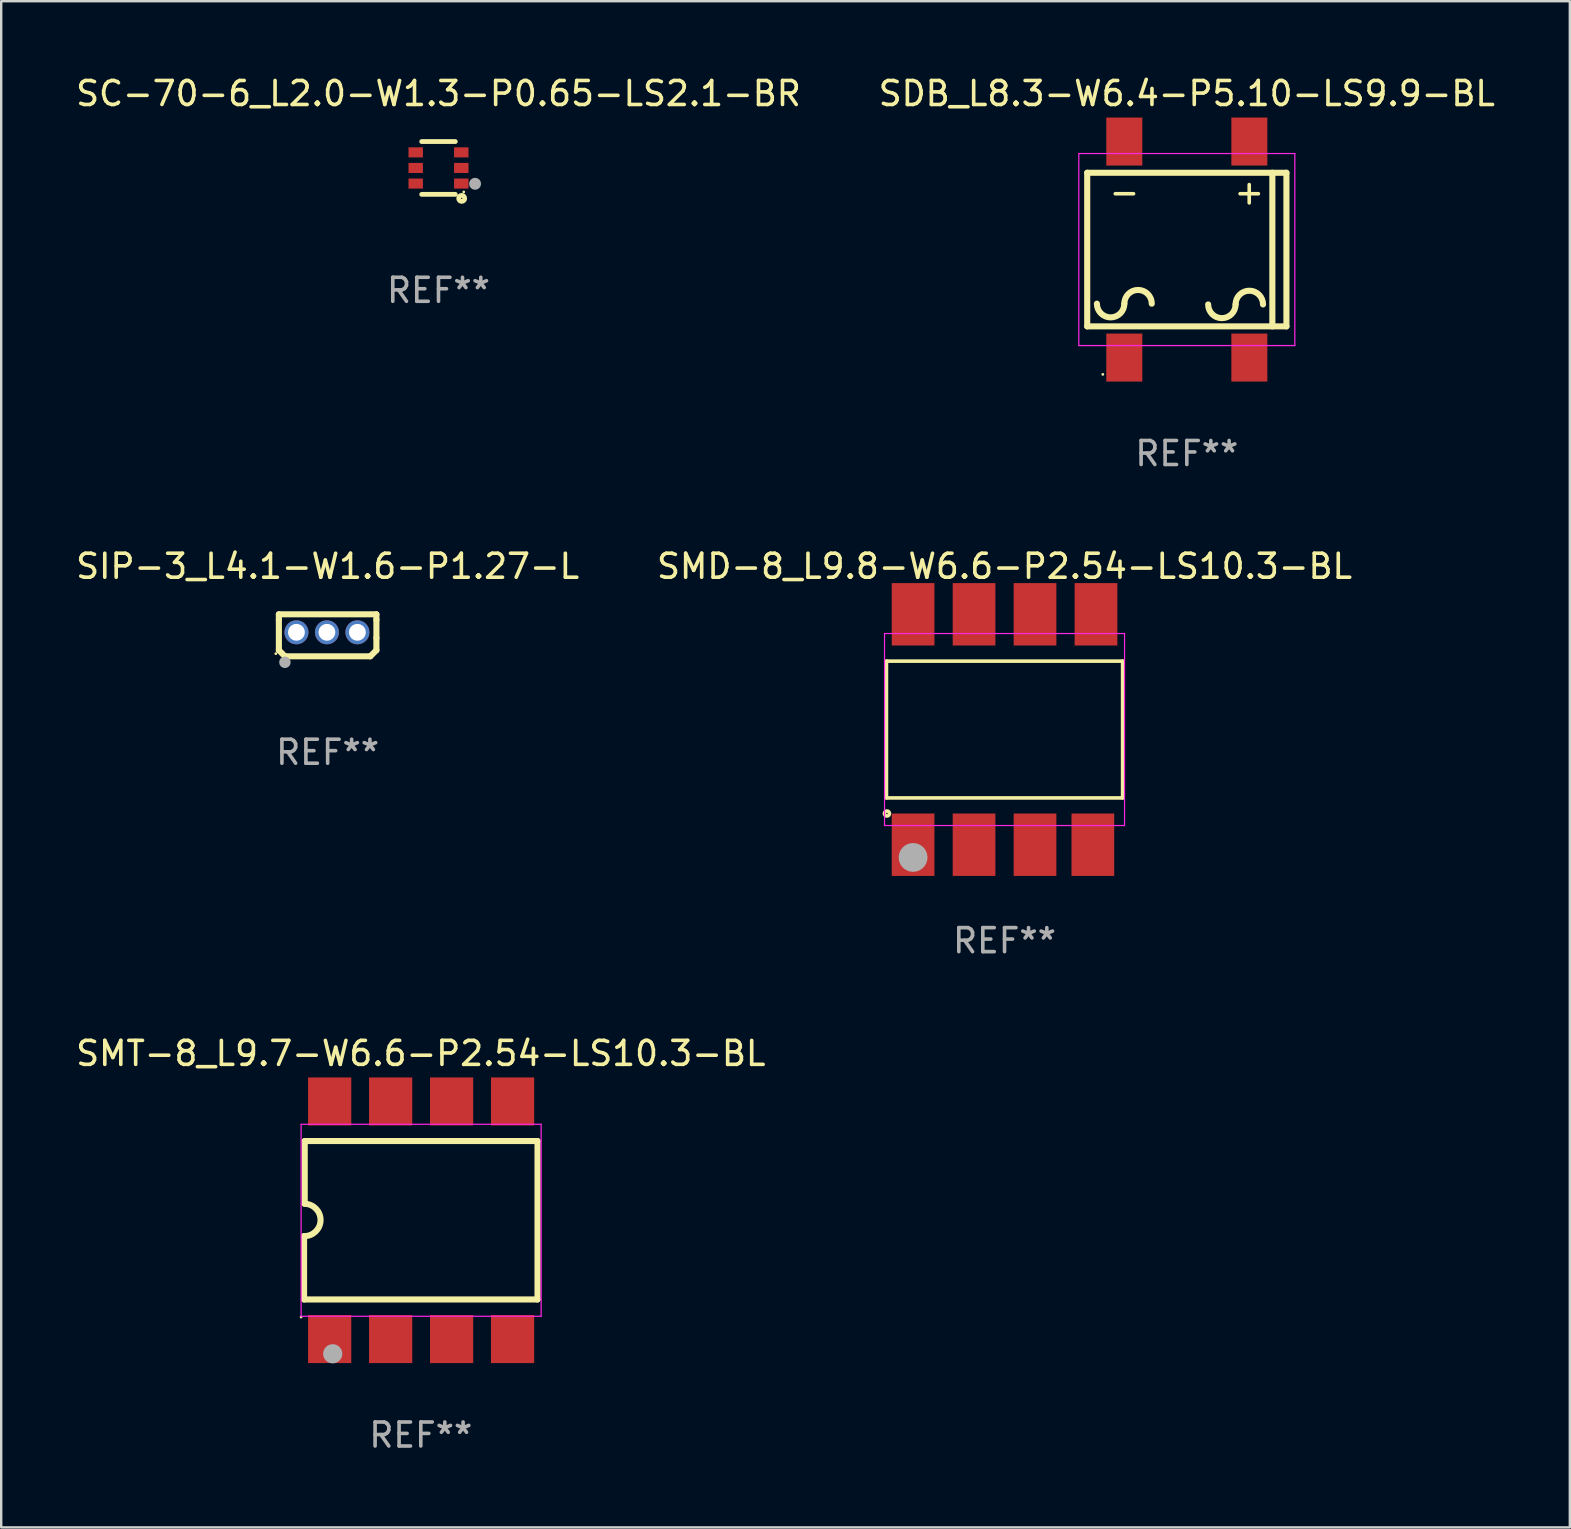
<source format=kicad_pcb>
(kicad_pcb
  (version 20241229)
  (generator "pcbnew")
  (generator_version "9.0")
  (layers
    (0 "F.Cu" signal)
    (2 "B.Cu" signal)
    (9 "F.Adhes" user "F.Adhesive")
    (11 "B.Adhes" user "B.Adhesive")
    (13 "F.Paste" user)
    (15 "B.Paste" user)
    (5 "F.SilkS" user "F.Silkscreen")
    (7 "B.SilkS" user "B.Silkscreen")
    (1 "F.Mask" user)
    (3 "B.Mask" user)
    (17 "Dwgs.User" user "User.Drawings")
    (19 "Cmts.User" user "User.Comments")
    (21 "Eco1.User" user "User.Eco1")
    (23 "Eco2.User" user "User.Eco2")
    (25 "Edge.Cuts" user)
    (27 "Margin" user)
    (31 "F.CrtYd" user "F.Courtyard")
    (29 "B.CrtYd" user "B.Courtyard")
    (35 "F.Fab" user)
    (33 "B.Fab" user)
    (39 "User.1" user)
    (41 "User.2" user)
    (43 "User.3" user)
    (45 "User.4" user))
  (footprint "SMD-8_L9.8-W6.6-P2.54-LS10.3-BL"
    (layer "F.Cu")
    (at 38.804 27.345)
    (property "Reference" "SMD-8_L9.8-W6.6-P2.54-LS10.3-BL" (at 0 -6.8 0) (layer "F.SilkS") (effects (font (size 1 1) (thickness 0.15))))
    (attr smd)
    (fp_line (start -4.92 -2.85) (end 4.92 -2.85) (stroke (width 0.15) (type solid)) (layer "F.SilkS"))
    (fp_line (start -4.92 2.85) (end -4.92 -2.85) (stroke (width 0.15) (type solid)) (layer "F.SilkS"))
    (fp_line (start 4.92 -2.85) (end 4.92 2.85) (stroke (width 0.15) (type solid)) (layer "F.SilkS"))
    (fp_line (start 4.92 2.85) (end -4.92 2.85) (stroke (width 0.15) (type solid)) (layer "F.SilkS"))
    (fp_circle (center -4.9 3.5) (end -4.87 3.5) (stroke (width 0.15) (type solid)) (fill no) (layer "F.SilkS"))
    (fp_line (start -5 -4) (end -5 4) (stroke (width 0.05) (type default)) (layer "F.CrtYd"))
    (fp_line (start -5 4) (end 5 4) (stroke (width 0.05) (type default)) (layer "F.CrtYd"))
    (fp_line (start 5 -4) (end -5 -4) (stroke (width 0.05) (type default)) (layer "F.CrtYd"))
    (fp_line (start 5 4) (end 5 -4) (stroke (width 0.05) (type default)) (layer "F.CrtYd"))
    (fp_circle (center -3.81 5.33) (end -3.51 5.33) (stroke (width 0.6) (type solid)) (fill no) (layer "F.Fab"))
    (fp_text user "REF**" (at 0 8.8 0) (layer "F.Fab") (effects (font (size 1 1) (thickness 0.15))))
    (pad "1" smd rect (at -3.81 4.8) (size 1.78 2.6) (layers "F.Cu" "F.Mask" "F.Paste"))
    (pad "2" smd rect (at -1.27 4.8) (size 1.78 2.6) (layers "F.Cu" "F.Mask" "F.Paste"))
    (pad "3" smd rect (at 1.27 4.8) (size 1.78 2.6) (layers "F.Cu" "F.Mask" "F.Paste"))
    (pad "4" smd rect (at 3.68 4.8) (size 1.78 2.6) (layers "F.Cu" "F.Mask" "F.Paste"))
    (pad "5" smd rect (at 3.81 -4.8) (size 1.78 2.6) (layers "F.Cu" "F.Mask" "F.Paste"))
    (pad "6" smd rect (at 1.27 -4.8) (size 1.78 2.6) (layers "F.Cu" "F.Mask" "F.Paste"))
    (pad "7" smd rect (at -1.27 -4.8) (size 1.78 2.6) (layers "F.Cu" "F.Mask" "F.Paste"))
    (pad "8" smd rect (at -3.81 -4.8) (size 1.78 2.6) (layers "F.Cu" "F.Mask" "F.Paste")))
  (footprint "SIP-3_L4.1-W1.6-P1.27-L"
    (layer "F.Cu")
    (at 10.571 23.295)
    (property "Reference" "SIP-3_L4.1-W1.6-P1.27-L" (at 0.03 -2.75 0) (layer "F.SilkS") (effects (font (size 1 1) (thickness 0.15))))
    (attr through_hole)
    (fp_line (start -2.002 -0.75) (end 2.062 -0.75) (stroke (width 0.254) (type solid)) (layer "F.SilkS"))
    (fp_line (start -2.002 -0.524) (end -2.002 -0.75) (stroke (width 0.254) (type solid)) (layer "F.SilkS"))
    (fp_line (start -2.002 0.746) (end -2.002 -0.524) (stroke (width 0.254) (type solid)) (layer "F.SilkS"))
    (fp_line (start -1.748 1) (end -2.002 0.746) (stroke (width 0.254) (type solid)) (layer "F.SilkS"))
    (fp_line (start 1.808 1) (end -1.748 1) (stroke (width 0.254) (type solid)) (layer "F.SilkS"))
    (fp_line (start 2.062 -0.75) (end 2.062 -0.524) (stroke (width 0.254) (type solid)) (layer "F.SilkS"))
    (fp_line (start 2.062 -0.524) (end 2.062 0.238) (stroke (width 0.254) (type solid)) (layer "F.SilkS"))
    (fp_line (start 2.062 0.238) (end 2.062 0.746) (stroke (width 0.254) (type solid)) (layer "F.SilkS"))
    (fp_line (start 2.062 0.746) (end 1.808 1) (stroke (width 0.254) (type solid)) (layer "F.SilkS"))
    (fp_circle (center -2.129 0.889) (end -2.099 0.889) (stroke (width 0.06) (type solid)) (fill no) (layer "F.SilkS"))
    (fp_circle (center -1.75 1.25) (end -1.63 1.25) (stroke (width 0.24) (type solid)) (fill no) (layer "F.Fab"))
    (fp_text user "REF**" (at 0.03 5 0) (layer "F.Fab") (effects (font (size 1 1) (thickness 0.15))))
    (pad "1" thru_hole circle (at -1.27 0) (size 1 1) (drill 0.7) (layers "*.Cu" "*.Mask"))
    (pad "2" thru_hole circle (at 0 0) (size 1 1) (drill 0.7) (layers "*.Cu" "*.Mask"))
    (pad "3" thru_hole circle (at 1.27 0) (size 1 1) (drill 0.7) (layers "*.Cu" "*.Mask")))
  (footprint "SC-70-6_L2.0-W1.3-P0.65-LS2.1-BR"
    (layer "F.Cu")
    (at 15.22 3.948)
    (property "Reference" "SC-70-6_L2.0-W1.3-P0.65-LS2.1-BR" (at 0 -3.1 0) (layer "F.SilkS") (effects (font (size 1 1) (thickness 0.15))))
    (attr smd)
    (fp_line (start -0.7 -1.1) (end 0.7 -1.1) (stroke (width 0.2) (type solid)) (layer "F.SilkS"))
    (fp_line (start -0.7 1.1) (end 0.7 1.1) (stroke (width 0.2) (type solid)) (layer "F.SilkS"))
    (fp_arc (start 0.967742 1.143002) (mid 0.966452 1.392982) (end 0.965242 1.143002) (stroke (width 0.2) (type solid)) (layer "F.SilkS"))
    (fp_circle (center 1.053 1) (end 1.083 1) (stroke (width 0.06) (type solid)) (fill no) (layer "F.SilkS"))
    (fp_circle (center 1.524 0.66) (end 1.649 0.66) (stroke (width 0.25) (type solid)) (fill no) (layer "F.Fab"))
    (fp_text user "REF**" (at 0 5.1 0) (layer "F.Fab") (effects (font (size 1 1) (thickness 0.15))))
    (pad "1" smd rect (at 0.95 0.65 90) (size 0.42 0.6) (layers "F.Cu" "F.Mask" "F.Paste"))
    (pad "2" smd rect (at 0.95 0 90) (size 0.42 0.6) (layers "F.Cu" "F.Mask" "F.Paste"))
    (pad "3" smd rect (at 0.95 -0.65 90) (size 0.42 0.6) (layers "F.Cu" "F.Mask" "F.Paste"))
    (pad "4" smd rect (at -0.95 -0.65 270) (size 0.42 0.6) (layers "F.Cu" "F.Mask" "F.Paste"))
    (pad "5" smd rect (at -0.95 0 270) (size 0.42 0.6) (layers "F.Cu" "F.Mask" "F.Paste"))
    (pad "6" smd rect (at -0.95 0.65 270) (size 0.42 0.6) (layers "F.Cu" "F.Mask" "F.Paste")))
  (footprint "SMT-8_L9.7-W6.6-P2.54-LS10.3-BL"
    (layer "F.Cu")
    (at 14.496 47.792)
    (property "Reference" "SMT-8_L9.7-W6.6-P2.54-LS10.3-BL" (at -0.013 -6.95 0) (layer "F.SilkS") (effects (font (size 1 1) (thickness 0.15))))
    (attr smd)
    (fp_line (start -4.877 3.3) (end -4.877 0.66) (stroke (width 0.254) (type solid)) (layer "F.SilkS"))
    (fp_line (start -4.85 -3.3) (end -4.85 -0.686) (stroke (width 0.254) (type solid)) (layer "F.SilkS"))
    (fp_line (start -4.85 -3.3) (end 4.85 -3.3) (stroke (width 0.254) (type solid)) (layer "F.SilkS"))
    (fp_line (start 4.85 -3.3) (end 4.85 3.3) (stroke (width 0.254) (type solid)) (layer "F.SilkS"))
    (fp_line (start 4.85 3.3) (end -4.877 3.3) (stroke (width 0.254) (type solid)) (layer "F.SilkS"))
    (fp_arc (start -4.850013 -0.685801) (mid -4.19031 0.000698) (end -4.876809 0.660401) (stroke (width 0.254) (type solid)) (layer "F.SilkS"))
    (fp_circle (center -5 4.03) (end -4.97 4.03) (stroke (width 0.06) (type solid)) (fill no) (layer "F.SilkS"))
    (fp_line (start -5 -4) (end -5 4) (stroke (width 0.05) (type default)) (layer "F.CrtYd"))
    (fp_line (start -5 4) (end 5 4) (stroke (width 0.05) (type default)) (layer "F.CrtYd"))
    (fp_line (start 5 -4) (end -5 -4) (stroke (width 0.05) (type default)) (layer "F.CrtYd"))
    (fp_line (start 5 4) (end 5 -4) (stroke (width 0.05) (type default)) (layer "F.CrtYd"))
    (fp_circle (center -3.683 5.563) (end -3.483 5.563) (stroke (width 0.4) (type solid)) (fill no) (layer "F.Fab"))
    (fp_text user "REF**" (at -0.013 8.95 0) (layer "F.Fab") (effects (font (size 1 1) (thickness 0.15))))
    (pad "1" smd rect (at -3.81 4.95) (size 1.8 2) (layers "F.Cu" "F.Mask" "F.Paste"))
    (pad "2" smd rect (at -1.27 4.95) (size 1.8 2) (layers "F.Cu" "F.Mask" "F.Paste"))
    (pad "3" smd rect (at 1.27 4.95) (size 1.8 2) (layers "F.Cu" "F.Mask" "F.Paste"))
    (pad "4" smd rect (at 3.81 4.95) (size 1.8 2) (layers "F.Cu" "F.Mask" "F.Paste"))
    (pad "5" smd rect (at 3.81 -4.95 180) (size 1.8 2) (layers "F.Cu" "F.Mask" "F.Paste"))
    (pad "6" smd rect (at 1.27 -4.95 180) (size 1.8 2) (layers "F.Cu" "F.Mask" "F.Paste"))
    (pad "7" smd rect (at -1.27 -4.95 180) (size 1.8 2) (layers "F.Cu" "F.Mask" "F.Paste"))
    (pad "8" smd rect (at -3.81 -4.95 180) (size 1.8 2) (layers "F.Cu" "F.Mask" "F.Paste")))
  (footprint "SDB_L8.3-W6.4-P5.10-LS9.9-BL"
    (layer "F.Cu")
    (at 46.399 7.348)
    (property "Reference" "SDB_L8.3-W6.4-P5.10-LS9.9-BL" (at 0 -6.5 0) (layer "F.SilkS") (effects (font (size 1 1) (thickness 0.15))))
    (attr smd)
    (fp_line (start -4.15 -3.2) (end -4.15 3.2) (stroke (width 0.254) (type solid)) (layer "F.SilkS"))
    (fp_line (start -4.15 -3.2) (end 4.15 -3.2) (stroke (width 0.254) (type solid)) (layer "F.SilkS"))
    (fp_line (start -4.15 3.2) (end 4.15 3.2) (stroke (width 0.254) (type solid)) (layer "F.SilkS"))
    (fp_line (start 3.564 -3.2) (end 3.564 3.2) (stroke (width 0.254) (type solid)) (layer "F.SilkS"))
    (fp_line (start 4.15 -3.2) (end 4.15 3.2) (stroke (width 0.254) (type solid)) (layer "F.SilkS"))
    (fp_arc (start -2.603505 2.254255) (mid -3.175007 2.825755) (end -3.746507 2.254253) (stroke (width 0.254) (type solid)) (layer "F.SilkS"))
    (fp_arc (start -2.603505 2.254255) (mid -2.032004 1.682754) (end -1.460503 2.254255) (stroke (width 0.254) (type solid)) (layer "F.SilkS"))
    (fp_arc (start 2.032004 2.286005) (mid 1.460503 2.857506) (end 0.889002 2.286005) (stroke (width 0.254) (type solid)) (layer "F.SilkS"))
    (fp_arc (start 2.032004 2.286005) (mid 2.603505 1.714504) (end 3.175 2.286005) (stroke (width 0.254) (type solid)) (layer "F.SilkS"))
    (fp_circle (center -3.5 5.2) (end -3.47 5.2) (stroke (width 0.06) (type solid)) (fill no) (layer "F.SilkS"))
    (fp_line (start -4.5 -4) (end 4.5 -4) (stroke (width 0.05) (type default)) (layer "F.CrtYd"))
    (fp_line (start -4.5 4) (end -4.5 -4) (stroke (width 0.05) (type default)) (layer "F.CrtYd"))
    (fp_line (start 4.5 -4) (end 4.5 4) (stroke (width 0.05) (type default)) (layer "F.CrtYd"))
    (fp_line (start 4.5 4) (end -4.5 4) (stroke (width 0.05) (type default)) (layer "F.CrtYd"))
    (fp_text user "+" (at 2.6 -2.4 0) (layer "F.SilkS") (effects (font (size 1 1) (thickness 0.15))))
    (fp_text user "-" (at -2.6 -2.4 0) (layer "F.SilkS") (effects (font (size 1 1) (thickness 0.15))))
    (fp_text user "REF**" (at 0 8.5 0) (layer "F.Fab") (effects (font (size 1 1) (thickness 0.15))))
    (pad "1" smd rect (at -2.605 4.5 90) (size 2 1.5) (layers "F.Cu" "F.Mask" "F.Paste"))
    (pad "2" smd rect (at 2.605 4.5 90) (size 2 1.5) (layers "F.Cu" "F.Mask" "F.Paste"))
    (pad "3" smd rect (at 2.605 -4.5 90) (size 2 1.5) (layers "F.Cu" "F.Mask" "F.Paste"))
    (pad "4" smd rect (at -2.605 -4.5 90) (size 2 1.5) (layers "F.Cu" "F.Mask" "F.Paste")))
  (gr_rect
    (start -3 -3)
    (end 62.357 60.59)
    (stroke (width 0.1) (type default))
    (fill no)
    (layer "Edge.Cuts")))
</source>
